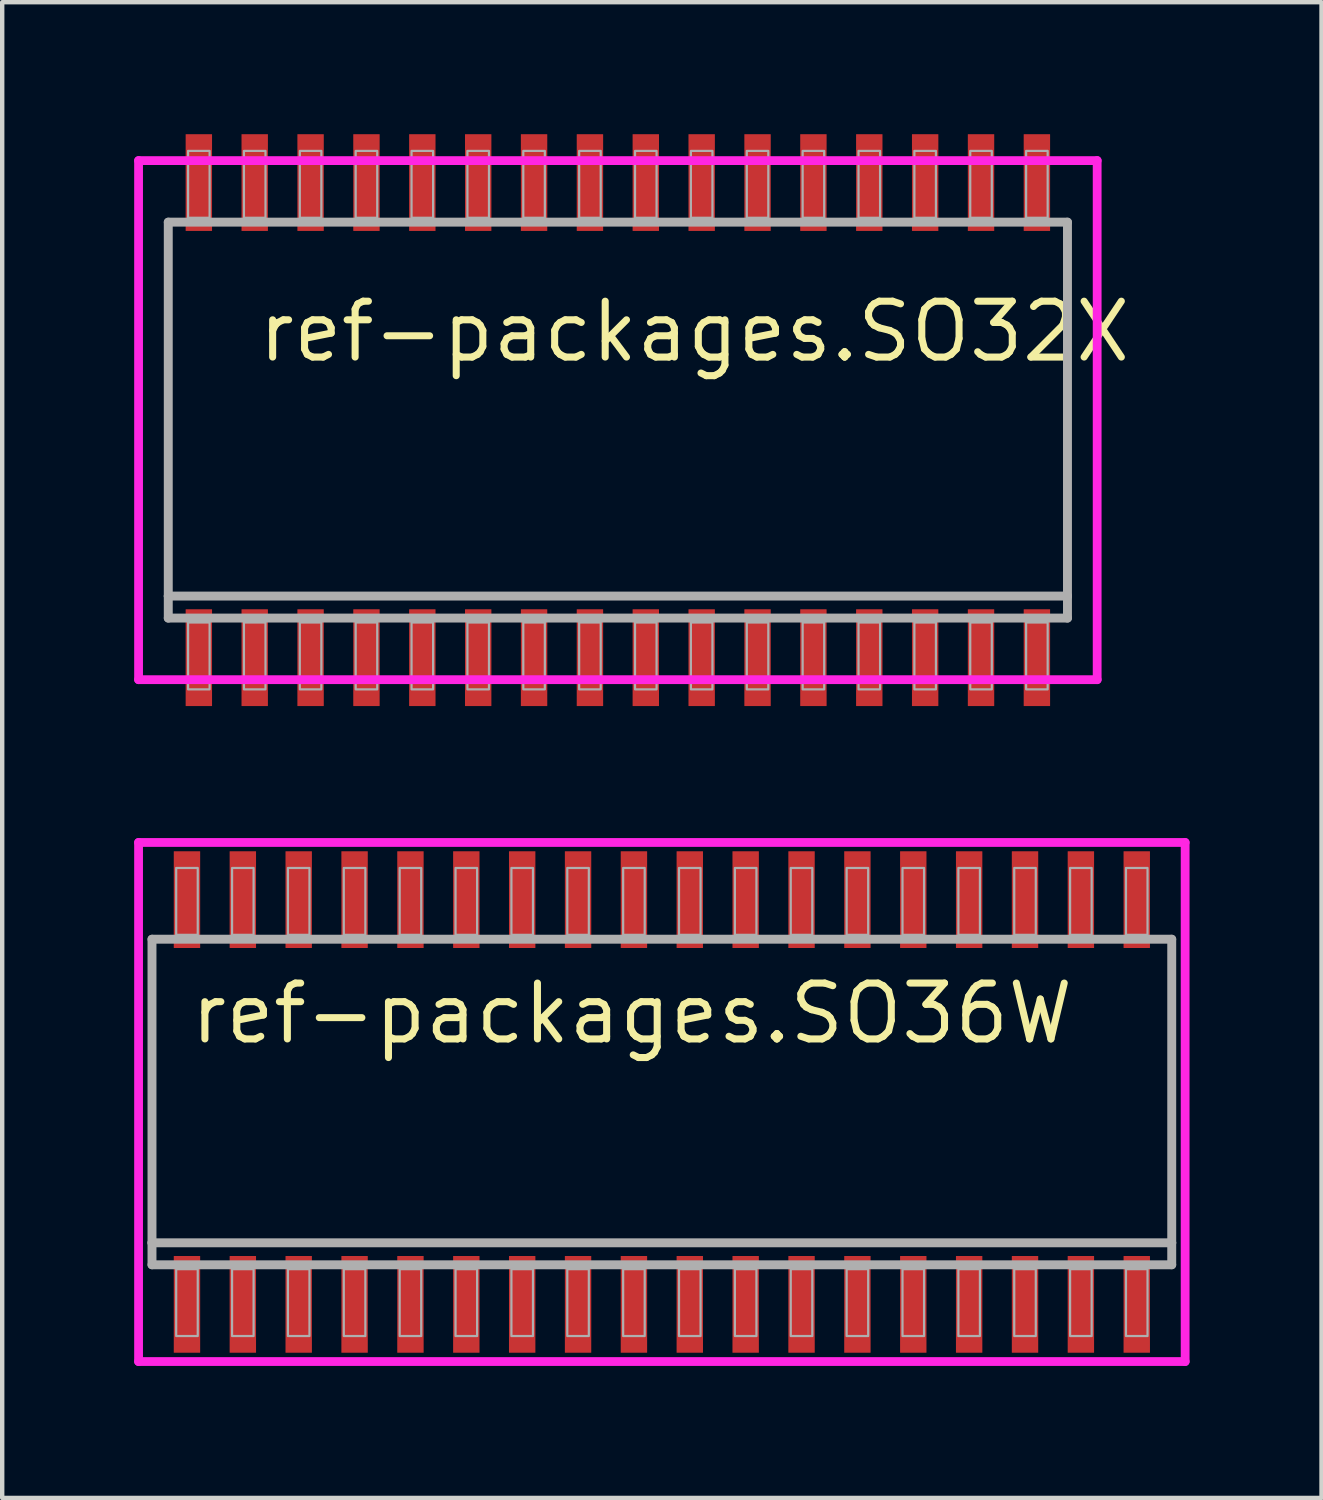
<source format=kicad_pcb>
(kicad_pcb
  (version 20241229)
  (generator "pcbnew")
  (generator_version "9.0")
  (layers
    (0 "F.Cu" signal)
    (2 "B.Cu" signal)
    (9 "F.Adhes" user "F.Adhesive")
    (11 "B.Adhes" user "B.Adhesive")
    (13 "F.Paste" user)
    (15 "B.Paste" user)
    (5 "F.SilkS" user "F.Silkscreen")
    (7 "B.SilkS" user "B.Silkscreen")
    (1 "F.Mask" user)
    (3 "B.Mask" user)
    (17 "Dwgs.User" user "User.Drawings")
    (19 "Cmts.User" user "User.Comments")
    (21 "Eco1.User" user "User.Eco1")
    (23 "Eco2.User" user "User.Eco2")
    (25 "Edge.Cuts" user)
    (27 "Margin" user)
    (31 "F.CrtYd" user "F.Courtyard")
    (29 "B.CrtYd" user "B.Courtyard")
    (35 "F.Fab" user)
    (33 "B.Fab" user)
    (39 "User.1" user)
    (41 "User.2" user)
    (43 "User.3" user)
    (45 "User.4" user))
  (footprint "ref-packages.SO32X"
    (layer "F.Cu")
    (at 10.995 6.5)
    (property "Reference" "ref-packages.SO32X" (at -8.255 -1.27 0) (layer "F.SilkS") (effects (font (size 1.27 1.27) (thickness 0.16)) (justify left bottom)))
    (attr smd)
    (fp_line (start -10.895 -5.9) (end 10.895 -5.9) (stroke (width 0.2) (type default)) (layer "F.CrtYd"))
    (fp_line (start -10.895 5.9) (end -10.895 -5.9) (stroke (width 0.2) (type default)) (layer "F.CrtYd"))
    (fp_line (start 10.895 -5.9) (end 10.895 5.9) (stroke (width 0.2) (type default)) (layer "F.CrtYd"))
    (fp_line (start 10.895 5.9) (end -10.895 5.9) (stroke (width 0.2) (type default)) (layer "F.CrtYd"))
    (fp_line (start -10.22 -4.5) (end 10.22 -4.5) (stroke (width 0.203) (type default)) (layer "F.Fab"))
    (fp_line (start -10.22 4) (end -10.22 -4.5) (stroke (width 0.203) (type default)) (layer "F.Fab"))
    (fp_line (start -10.22 4.5) (end -10.22 4) (stroke (width 0.203) (type default)) (layer "F.Fab"))
    (fp_line (start 10.22 -4.5) (end 10.22 4) (stroke (width 0.203) (type default)) (layer "F.Fab"))
    (fp_line (start 10.22 4) (end -10.22 4) (stroke (width 0.203) (type default)) (layer "F.Fab"))
    (fp_line (start 10.22 4) (end 10.22 4.5) (stroke (width 0.203) (type default)) (layer "F.Fab"))
    (fp_line (start 10.22 4.5) (end -10.22 4.5) (stroke (width 0.203) (type default)) (layer "F.Fab"))
    (fp_rect (start -9.77 -4.6) (end -9.28 -6.12) (stroke (width 0.05) (type default)) (fill no) (layer "F.Fab"))
    (fp_rect (start -9.77 6.12) (end -9.28 4.6) (stroke (width 0.05) (type default)) (fill no) (layer "F.Fab"))
    (fp_rect (start -8.5 -4.6) (end -8.01 -6.12) (stroke (width 0.05) (type default)) (fill no) (layer "F.Fab"))
    (fp_rect (start -8.5 6.12) (end -8.01 4.6) (stroke (width 0.05) (type default)) (fill no) (layer "F.Fab"))
    (fp_rect (start -7.23 -4.6) (end -6.74 -6.12) (stroke (width 0.05) (type default)) (fill no) (layer "F.Fab"))
    (fp_rect (start -7.23 6.12) (end -6.74 4.6) (stroke (width 0.05) (type default)) (fill no) (layer "F.Fab"))
    (fp_rect (start -5.96 -4.6) (end -5.47 -6.12) (stroke (width 0.05) (type default)) (fill no) (layer "F.Fab"))
    (fp_rect (start -5.96 6.12) (end -5.47 4.6) (stroke (width 0.05) (type default)) (fill no) (layer "F.Fab"))
    (fp_rect (start -4.69 -4.6) (end -4.2 -6.12) (stroke (width 0.05) (type default)) (fill no) (layer "F.Fab"))
    (fp_rect (start -4.69 6.12) (end -4.2 4.6) (stroke (width 0.05) (type default)) (fill no) (layer "F.Fab"))
    (fp_rect (start -3.42 -4.6) (end -2.93 -6.12) (stroke (width 0.05) (type default)) (fill no) (layer "F.Fab"))
    (fp_rect (start -3.42 6.12) (end -2.93 4.6) (stroke (width 0.05) (type default)) (fill no) (layer "F.Fab"))
    (fp_rect (start -2.15 -4.6) (end -1.66 -6.12) (stroke (width 0.05) (type default)) (fill no) (layer "F.Fab"))
    (fp_rect (start -2.15 6.12) (end -1.66 4.6) (stroke (width 0.05) (type default)) (fill no) (layer "F.Fab"))
    (fp_rect (start -0.88 -4.6) (end -0.39 -6.12) (stroke (width 0.05) (type default)) (fill no) (layer "F.Fab"))
    (fp_rect (start -0.88 6.12) (end -0.39 4.6) (stroke (width 0.05) (type default)) (fill no) (layer "F.Fab"))
    (fp_rect (start 0.39 -4.6) (end 0.88 -6.12) (stroke (width 0.05) (type default)) (fill no) (layer "F.Fab"))
    (fp_rect (start 0.39 6.12) (end 0.88 4.6) (stroke (width 0.05) (type default)) (fill no) (layer "F.Fab"))
    (fp_rect (start 1.66 -4.6) (end 2.15 -6.12) (stroke (width 0.05) (type default)) (fill no) (layer "F.Fab"))
    (fp_rect (start 1.66 6.12) (end 2.15 4.6) (stroke (width 0.05) (type default)) (fill no) (layer "F.Fab"))
    (fp_rect (start 2.93 -4.6) (end 3.42 -6.12) (stroke (width 0.05) (type default)) (fill no) (layer "F.Fab"))
    (fp_rect (start 2.93 6.12) (end 3.42 4.6) (stroke (width 0.05) (type default)) (fill no) (layer "F.Fab"))
    (fp_rect (start 4.2 -4.6) (end 4.69 -6.12) (stroke (width 0.05) (type default)) (fill no) (layer "F.Fab"))
    (fp_rect (start 4.2 6.12) (end 4.69 4.6) (stroke (width 0.05) (type default)) (fill no) (layer "F.Fab"))
    (fp_rect (start 5.47 -4.6) (end 5.96 -6.12) (stroke (width 0.05) (type default)) (fill no) (layer "F.Fab"))
    (fp_rect (start 5.47 6.12) (end 5.96 4.6) (stroke (width 0.05) (type default)) (fill no) (layer "F.Fab"))
    (fp_rect (start 6.74 -4.6) (end 7.23 -6.12) (stroke (width 0.05) (type default)) (fill no) (layer "F.Fab"))
    (fp_rect (start 6.74 6.12) (end 7.23 4.6) (stroke (width 0.05) (type default)) (fill no) (layer "F.Fab"))
    (fp_rect (start 8.01 -4.6) (end 8.5 -6.12) (stroke (width 0.05) (type default)) (fill no) (layer "F.Fab"))
    (fp_rect (start 8.01 6.12) (end 8.5 4.6) (stroke (width 0.05) (type default)) (fill no) (layer "F.Fab"))
    (fp_rect (start 9.28 -4.6) (end 9.77 -6.12) (stroke (width 0.05) (type default)) (fill no) (layer "F.Fab"))
    (fp_rect (start 9.28 6.12) (end 9.77 4.6) (stroke (width 0.05) (type default)) (fill no) (layer "F.Fab"))
    (pad "1" smd roundrect (at -9.525 5.4) (size 0.6 2.2) (layers "F.Cu" "F.Mask" "F.Paste") (roundrect_rratio 0.01))
    (pad "2" smd roundrect (at -8.255 5.4) (size 0.6 2.2) (layers "F.Cu" "F.Mask" "F.Paste") (roundrect_rratio 0.01))
    (pad "3" smd roundrect (at -6.985 5.4) (size 0.6 2.2) (layers "F.Cu" "F.Mask" "F.Paste") (roundrect_rratio 0.01))
    (pad "4" smd roundrect (at -5.715 5.4) (size 0.6 2.2) (layers "F.Cu" "F.Mask" "F.Paste") (roundrect_rratio 0.01))
    (pad "5" smd roundrect (at -4.445 5.4) (size 0.6 2.2) (layers "F.Cu" "F.Mask" "F.Paste") (roundrect_rratio 0.01))
    (pad "6" smd roundrect (at -3.175 5.4) (size 0.6 2.2) (layers "F.Cu" "F.Mask" "F.Paste") (roundrect_rratio 0.01))
    (pad "7" smd roundrect (at -1.905 5.4) (size 0.6 2.2) (layers "F.Cu" "F.Mask" "F.Paste") (roundrect_rratio 0.01))
    (pad "8" smd roundrect (at -0.635 5.4) (size 0.6 2.2) (layers "F.Cu" "F.Mask" "F.Paste") (roundrect_rratio 0.01))
    (pad "9" smd roundrect (at 0.635 5.4) (size 0.6 2.2) (layers "F.Cu" "F.Mask" "F.Paste") (roundrect_rratio 0.01))
    (pad "10" smd roundrect (at 1.905 5.4) (size 0.6 2.2) (layers "F.Cu" "F.Mask" "F.Paste") (roundrect_rratio 0.01))
    (pad "11" smd roundrect (at 3.175 5.4) (size 0.6 2.2) (layers "F.Cu" "F.Mask" "F.Paste") (roundrect_rratio 0.01))
    (pad "12" smd roundrect (at 4.445 5.4) (size 0.6 2.2) (layers "F.Cu" "F.Mask" "F.Paste") (roundrect_rratio 0.01))
    (pad "13" smd roundrect (at 5.715 5.4) (size 0.6 2.2) (layers "F.Cu" "F.Mask" "F.Paste") (roundrect_rratio 0.01))
    (pad "14" smd roundrect (at 6.985 5.4) (size 0.6 2.2) (layers "F.Cu" "F.Mask" "F.Paste") (roundrect_rratio 0.01))
    (pad "15" smd roundrect (at 8.255 5.4) (size 0.6 2.2) (layers "F.Cu" "F.Mask" "F.Paste") (roundrect_rratio 0.01))
    (pad "16" smd roundrect (at 9.525 5.4) (size 0.6 2.2) (layers "F.Cu" "F.Mask" "F.Paste") (roundrect_rratio 0.01))
    (pad "17" smd roundrect (at 9.525 -5.4) (size 0.6 2.2) (layers "F.Cu" "F.Mask" "F.Paste") (roundrect_rratio 0.01))
    (pad "18" smd roundrect (at 8.255 -5.4) (size 0.6 2.2) (layers "F.Cu" "F.Mask" "F.Paste") (roundrect_rratio 0.01))
    (pad "19" smd roundrect (at 6.985 -5.4) (size 0.6 2.2) (layers "F.Cu" "F.Mask" "F.Paste") (roundrect_rratio 0.01))
    (pad "20" smd roundrect (at 5.715 -5.4) (size 0.6 2.2) (layers "F.Cu" "F.Mask" "F.Paste") (roundrect_rratio 0.01))
    (pad "21" smd roundrect (at 4.445 -5.4) (size 0.6 2.2) (layers "F.Cu" "F.Mask" "F.Paste") (roundrect_rratio 0.01))
    (pad "22" smd roundrect (at 3.175 -5.4) (size 0.6 2.2) (layers "F.Cu" "F.Mask" "F.Paste") (roundrect_rratio 0.01))
    (pad "23" smd roundrect (at 1.905 -5.4) (size 0.6 2.2) (layers "F.Cu" "F.Mask" "F.Paste") (roundrect_rratio 0.01))
    (pad "24" smd roundrect (at 0.635 -5.4) (size 0.6 2.2) (layers "F.Cu" "F.Mask" "F.Paste") (roundrect_rratio 0.01))
    (pad "25" smd roundrect (at -0.635 -5.4) (size 0.6 2.2) (layers "F.Cu" "F.Mask" "F.Paste") (roundrect_rratio 0.01))
    (pad "26" smd roundrect (at -1.905 -5.4) (size 0.6 2.2) (layers "F.Cu" "F.Mask" "F.Paste") (roundrect_rratio 0.01))
    (pad "27" smd roundrect (at -3.175 -5.4) (size 0.6 2.2) (layers "F.Cu" "F.Mask" "F.Paste") (roundrect_rratio 0.01))
    (pad "28" smd roundrect (at -4.445 -5.4) (size 0.6 2.2) (layers "F.Cu" "F.Mask" "F.Paste") (roundrect_rratio 0.01))
    (pad "29" smd roundrect (at -5.715 -5.4) (size 0.6 2.2) (layers "F.Cu" "F.Mask" "F.Paste") (roundrect_rratio 0.01))
    (pad "30" smd roundrect (at -6.985 -5.4) (size 0.6 2.2) (layers "F.Cu" "F.Mask" "F.Paste") (roundrect_rratio 0.01))
    (pad "31" smd roundrect (at -8.255 -5.4) (size 0.6 2.2) (layers "F.Cu" "F.Mask" "F.Paste") (roundrect_rratio 0.01))
    (pad "32" smd roundrect (at -9.525 -5.4) (size 0.6 2.2) (layers "F.Cu" "F.Mask" "F.Paste") (roundrect_rratio 0.01)))
  (footprint "ref-packages.SO36W"
    (layer "F.Cu")
    (at 11.995 22)
    (property "Reference" "ref-packages.SO36W" (at -10.795 -1.27 0) (layer "F.SilkS") (effects (font (size 1.27 1.27) (thickness 0.16)) (justify left bottom)))
    (attr smd)
    (fp_line (start -11.895 -5.9) (end 11.895 -5.9) (stroke (width 0.2) (type default)) (layer "F.CrtYd"))
    (fp_line (start -11.895 5.9) (end -11.895 -5.9) (stroke (width 0.2) (type default)) (layer "F.CrtYd"))
    (fp_line (start 11.895 -5.9) (end 11.895 5.9) (stroke (width 0.2) (type default)) (layer "F.CrtYd"))
    (fp_line (start 11.895 5.9) (end -11.895 5.9) (stroke (width 0.2) (type default)) (layer "F.CrtYd"))
    (fp_line (start -11.59 -3.7) (end 11.59 -3.7) (stroke (width 0.203) (type default)) (layer "F.Fab"))
    (fp_line (start -11.59 3.2) (end -11.59 -3.7) (stroke (width 0.203) (type default)) (layer "F.Fab"))
    (fp_line (start -11.59 3.7) (end -11.59 3.2) (stroke (width 0.203) (type default)) (layer "F.Fab"))
    (fp_line (start 11.59 -3.7) (end 11.59 3.2) (stroke (width 0.203) (type default)) (layer "F.Fab"))
    (fp_line (start 11.59 3.2) (end -11.59 3.2) (stroke (width 0.203) (type default)) (layer "F.Fab"))
    (fp_line (start 11.59 3.2) (end 11.59 3.7) (stroke (width 0.203) (type default)) (layer "F.Fab"))
    (fp_line (start 11.59 3.7) (end -11.59 3.7) (stroke (width 0.203) (type default)) (layer "F.Fab"))
    (fp_rect (start -11.04 -3.8) (end -10.55 -5.32) (stroke (width 0.05) (type default)) (fill no) (layer "F.Fab"))
    (fp_rect (start -11.04 5.32) (end -10.55 3.8) (stroke (width 0.05) (type default)) (fill no) (layer "F.Fab"))
    (fp_rect (start -9.77 -3.8) (end -9.28 -5.32) (stroke (width 0.05) (type default)) (fill no) (layer "F.Fab"))
    (fp_rect (start -9.77 5.32) (end -9.28 3.8) (stroke (width 0.05) (type default)) (fill no) (layer "F.Fab"))
    (fp_rect (start -8.5 -3.8) (end -8.01 -5.32) (stroke (width 0.05) (type default)) (fill no) (layer "F.Fab"))
    (fp_rect (start -8.5 5.32) (end -8.01 3.8) (stroke (width 0.05) (type default)) (fill no) (layer "F.Fab"))
    (fp_rect (start -7.23 -3.8) (end -6.74 -5.32) (stroke (width 0.05) (type default)) (fill no) (layer "F.Fab"))
    (fp_rect (start -7.23 5.32) (end -6.74 3.8) (stroke (width 0.05) (type default)) (fill no) (layer "F.Fab"))
    (fp_rect (start -5.96 -3.8) (end -5.47 -5.32) (stroke (width 0.05) (type default)) (fill no) (layer "F.Fab"))
    (fp_rect (start -5.96 5.32) (end -5.47 3.8) (stroke (width 0.05) (type default)) (fill no) (layer "F.Fab"))
    (fp_rect (start -4.69 -3.8) (end -4.2 -5.32) (stroke (width 0.05) (type default)) (fill no) (layer "F.Fab"))
    (fp_rect (start -4.69 5.32) (end -4.2 3.8) (stroke (width 0.05) (type default)) (fill no) (layer "F.Fab"))
    (fp_rect (start -3.42 -3.8) (end -2.93 -5.32) (stroke (width 0.05) (type default)) (fill no) (layer "F.Fab"))
    (fp_rect (start -3.42 5.32) (end -2.93 3.8) (stroke (width 0.05) (type default)) (fill no) (layer "F.Fab"))
    (fp_rect (start -2.15 -3.8) (end -1.66 -5.32) (stroke (width 0.05) (type default)) (fill no) (layer "F.Fab"))
    (fp_rect (start -2.15 5.32) (end -1.66 3.8) (stroke (width 0.05) (type default)) (fill no) (layer "F.Fab"))
    (fp_rect (start -0.88 -3.8) (end -0.39 -5.32) (stroke (width 0.05) (type default)) (fill no) (layer "F.Fab"))
    (fp_rect (start -0.88 5.32) (end -0.39 3.8) (stroke (width 0.05) (type default)) (fill no) (layer "F.Fab"))
    (fp_rect (start 0.39 -3.8) (end 0.88 -5.32) (stroke (width 0.05) (type default)) (fill no) (layer "F.Fab"))
    (fp_rect (start 0.39 5.32) (end 0.88 3.8) (stroke (width 0.05) (type default)) (fill no) (layer "F.Fab"))
    (fp_rect (start 1.66 -3.8) (end 2.15 -5.32) (stroke (width 0.05) (type default)) (fill no) (layer "F.Fab"))
    (fp_rect (start 1.66 5.32) (end 2.15 3.8) (stroke (width 0.05) (type default)) (fill no) (layer "F.Fab"))
    (fp_rect (start 2.93 -3.8) (end 3.42 -5.32) (stroke (width 0.05) (type default)) (fill no) (layer "F.Fab"))
    (fp_rect (start 2.93 5.32) (end 3.42 3.8) (stroke (width 0.05) (type default)) (fill no) (layer "F.Fab"))
    (fp_rect (start 4.2 -3.8) (end 4.69 -5.32) (stroke (width 0.05) (type default)) (fill no) (layer "F.Fab"))
    (fp_rect (start 4.2 5.32) (end 4.69 3.8) (stroke (width 0.05) (type default)) (fill no) (layer "F.Fab"))
    (fp_rect (start 5.47 -3.8) (end 5.96 -5.32) (stroke (width 0.05) (type default)) (fill no) (layer "F.Fab"))
    (fp_rect (start 5.47 5.32) (end 5.96 3.8) (stroke (width 0.05) (type default)) (fill no) (layer "F.Fab"))
    (fp_rect (start 6.74 -3.8) (end 7.23 -5.32) (stroke (width 0.05) (type default)) (fill no) (layer "F.Fab"))
    (fp_rect (start 6.74 5.32) (end 7.23 3.8) (stroke (width 0.05) (type default)) (fill no) (layer "F.Fab"))
    (fp_rect (start 8.01 -3.8) (end 8.5 -5.32) (stroke (width 0.05) (type default)) (fill no) (layer "F.Fab"))
    (fp_rect (start 8.01 5.32) (end 8.5 3.8) (stroke (width 0.05) (type default)) (fill no) (layer "F.Fab"))
    (fp_rect (start 9.28 -3.8) (end 9.77 -5.32) (stroke (width 0.05) (type default)) (fill no) (layer "F.Fab"))
    (fp_rect (start 9.28 5.32) (end 9.77 3.8) (stroke (width 0.05) (type default)) (fill no) (layer "F.Fab"))
    (fp_rect (start 10.55 -3.8) (end 11.04 -5.32) (stroke (width 0.05) (type default)) (fill no) (layer "F.Fab"))
    (fp_rect (start 10.55 5.32) (end 11.04 3.8) (stroke (width 0.05) (type default)) (fill no) (layer "F.Fab"))
    (pad "1" smd roundrect (at -10.795 4.6) (size 0.6 2.2) (layers "F.Cu" "F.Mask" "F.Paste") (roundrect_rratio 0.01))
    (pad "2" smd roundrect (at -9.525 4.6) (size 0.6 2.2) (layers "F.Cu" "F.Mask" "F.Paste") (roundrect_rratio 0.01))
    (pad "3" smd roundrect (at -8.255 4.6) (size 0.6 2.2) (layers "F.Cu" "F.Mask" "F.Paste") (roundrect_rratio 0.01))
    (pad "4" smd roundrect (at -6.985 4.6) (size 0.6 2.2) (layers "F.Cu" "F.Mask" "F.Paste") (roundrect_rratio 0.01))
    (pad "5" smd roundrect (at -5.715 4.6) (size 0.6 2.2) (layers "F.Cu" "F.Mask" "F.Paste") (roundrect_rratio 0.01))
    (pad "6" smd roundrect (at -4.445 4.6) (size 0.6 2.2) (layers "F.Cu" "F.Mask" "F.Paste") (roundrect_rratio 0.01))
    (pad "7" smd roundrect (at -3.175 4.6) (size 0.6 2.2) (layers "F.Cu" "F.Mask" "F.Paste") (roundrect_rratio 0.01))
    (pad "8" smd roundrect (at -1.905 4.6) (size 0.6 2.2) (layers "F.Cu" "F.Mask" "F.Paste") (roundrect_rratio 0.01))
    (pad "9" smd roundrect (at -0.635 4.6) (size 0.6 2.2) (layers "F.Cu" "F.Mask" "F.Paste") (roundrect_rratio 0.01))
    (pad "10" smd roundrect (at 0.635 4.6) (size 0.6 2.2) (layers "F.Cu" "F.Mask" "F.Paste") (roundrect_rratio 0.01))
    (pad "11" smd roundrect (at 1.905 4.6) (size 0.6 2.2) (layers "F.Cu" "F.Mask" "F.Paste") (roundrect_rratio 0.01))
    (pad "12" smd roundrect (at 3.175 4.6) (size 0.6 2.2) (layers "F.Cu" "F.Mask" "F.Paste") (roundrect_rratio 0.01))
    (pad "13" smd roundrect (at 4.445 4.6) (size 0.6 2.2) (layers "F.Cu" "F.Mask" "F.Paste") (roundrect_rratio 0.01))
    (pad "14" smd roundrect (at 5.715 4.6) (size 0.6 2.2) (layers "F.Cu" "F.Mask" "F.Paste") (roundrect_rratio 0.01))
    (pad "15" smd roundrect (at 6.985 4.6) (size 0.6 2.2) (layers "F.Cu" "F.Mask" "F.Paste") (roundrect_rratio 0.01))
    (pad "16" smd roundrect (at 8.255 4.6) (size 0.6 2.2) (layers "F.Cu" "F.Mask" "F.Paste") (roundrect_rratio 0.01))
    (pad "17" smd roundrect (at 9.525 4.6) (size 0.6 2.2) (layers "F.Cu" "F.Mask" "F.Paste") (roundrect_rratio 0.01))
    (pad "18" smd roundrect (at 10.795 4.6) (size 0.6 2.2) (layers "F.Cu" "F.Mask" "F.Paste") (roundrect_rratio 0.01))
    (pad "19" smd roundrect (at 10.795 -4.6) (size 0.6 2.2) (layers "F.Cu" "F.Mask" "F.Paste") (roundrect_rratio 0.01))
    (pad "20" smd roundrect (at 9.525 -4.6) (size 0.6 2.2) (layers "F.Cu" "F.Mask" "F.Paste") (roundrect_rratio 0.01))
    (pad "21" smd roundrect (at 8.255 -4.6) (size 0.6 2.2) (layers "F.Cu" "F.Mask" "F.Paste") (roundrect_rratio 0.01))
    (pad "22" smd roundrect (at 6.985 -4.6) (size 0.6 2.2) (layers "F.Cu" "F.Mask" "F.Paste") (roundrect_rratio 0.01))
    (pad "23" smd roundrect (at 5.715 -4.6) (size 0.6 2.2) (layers "F.Cu" "F.Mask" "F.Paste") (roundrect_rratio 0.01))
    (pad "24" smd roundrect (at 4.445 -4.6) (size 0.6 2.2) (layers "F.Cu" "F.Mask" "F.Paste") (roundrect_rratio 0.01))
    (pad "25" smd roundrect (at 3.175 -4.6) (size 0.6 2.2) (layers "F.Cu" "F.Mask" "F.Paste") (roundrect_rratio 0.01))
    (pad "26" smd roundrect (at 1.905 -4.6) (size 0.6 2.2) (layers "F.Cu" "F.Mask" "F.Paste") (roundrect_rratio 0.01))
    (pad "27" smd roundrect (at 0.635 -4.6) (size 0.6 2.2) (layers "F.Cu" "F.Mask" "F.Paste") (roundrect_rratio 0.01))
    (pad "28" smd roundrect (at -0.635 -4.6) (size 0.6 2.2) (layers "F.Cu" "F.Mask" "F.Paste") (roundrect_rratio 0.01))
    (pad "29" smd roundrect (at -1.905 -4.6) (size 0.6 2.2) (layers "F.Cu" "F.Mask" "F.Paste") (roundrect_rratio 0.01))
    (pad "30" smd roundrect (at -3.175 -4.6) (size 0.6 2.2) (layers "F.Cu" "F.Mask" "F.Paste") (roundrect_rratio 0.01))
    (pad "31" smd roundrect (at -4.445 -4.6) (size 0.6 2.2) (layers "F.Cu" "F.Mask" "F.Paste") (roundrect_rratio 0.01))
    (pad "32" smd roundrect (at -5.715 -4.6) (size 0.6 2.2) (layers "F.Cu" "F.Mask" "F.Paste") (roundrect_rratio 0.01))
    (pad "33" smd roundrect (at -6.985 -4.6) (size 0.6 2.2) (layers "F.Cu" "F.Mask" "F.Paste") (roundrect_rratio 0.01))
    (pad "34" smd roundrect (at -8.255 -4.6) (size 0.6 2.2) (layers "F.Cu" "F.Mask" "F.Paste") (roundrect_rratio 0.01))
    (pad "35" smd roundrect (at -9.525 -4.6) (size 0.6 2.2) (layers "F.Cu" "F.Mask" "F.Paste") (roundrect_rratio 0.01))
    (pad "36" smd roundrect (at -10.795 -4.6) (size 0.6 2.2) (layers "F.Cu" "F.Mask" "F.Paste") (roundrect_rratio 0.01)))
  (gr_rect
    (start -3 -3)
    (end 26.99 31)
    (stroke (width 0.1) (type default))
    (fill no)
    (layer "Edge.Cuts")))
</source>
